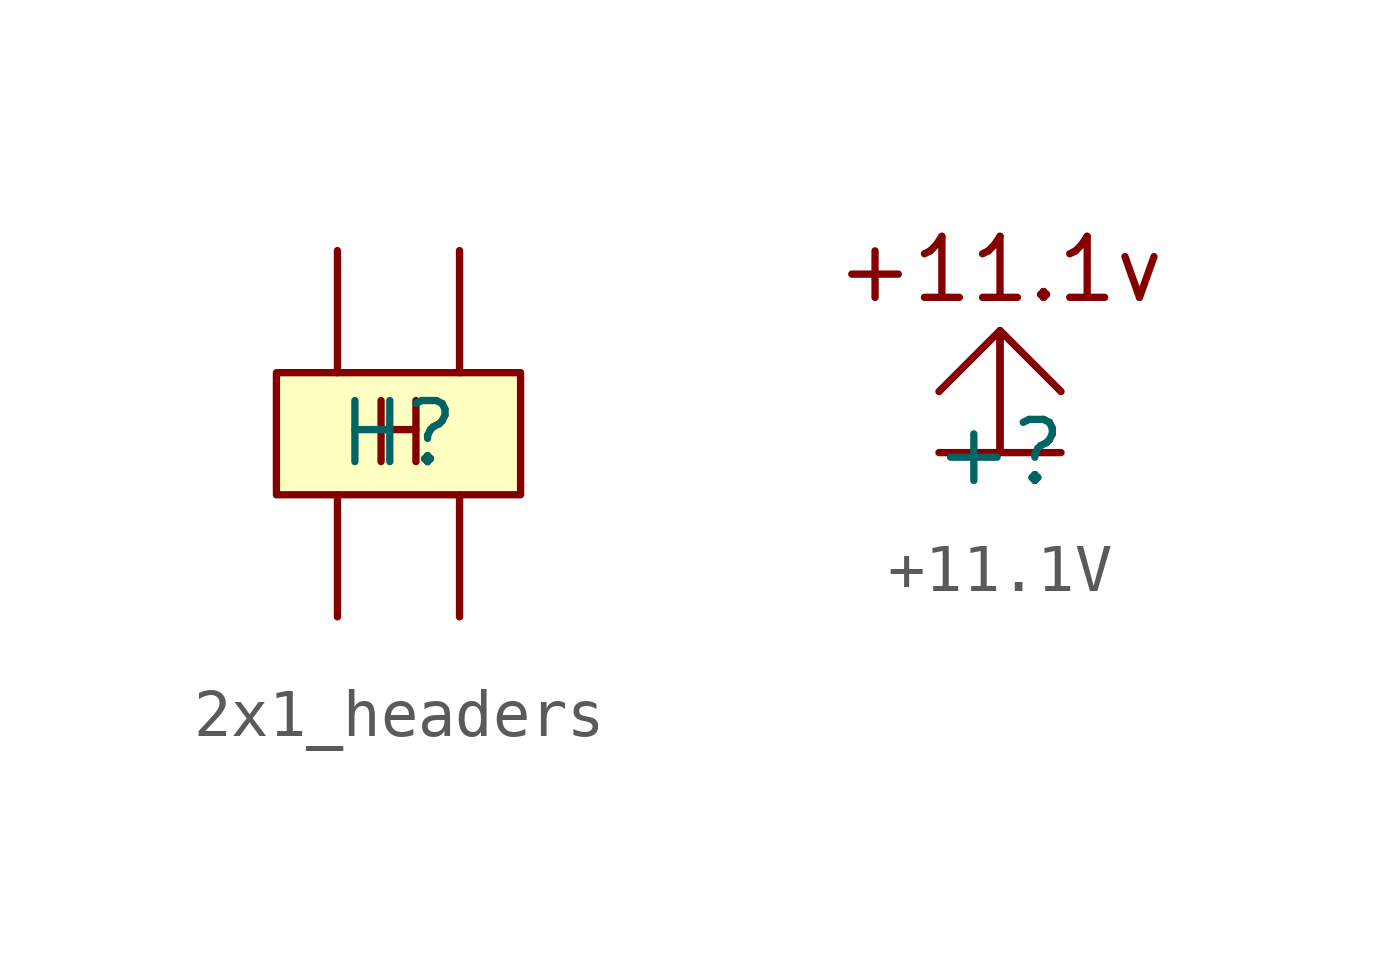
<source format=kicad_sym>
(kicad_symbol_lib
  (version 20220914)
  (generator kicad_symbol_editor)
  (symbol "2x1_headers"
    (property "Reference" "H"
      (at 0 0 0)
      (effects (font (size 1.27 1.27))))
    (property "Value" ""
      (at 0 2.54 0)
      (effects (font (size 1.27 1.27))))
    (symbol "2x1_headers_1_1"
      (rectangle (start -2.54 1.27) (end 2.54 -1.27) (stroke (width 0) (type default)) (fill (type background)))
      (text "H\n" (at 0 0 0) (effects (font (size 1.27 1.27))))
      (pin input line (at -1.27 -3.81 90) (length 2.54) (name "" (effects (font (size 1 1)))) (number "" (effects (font (size 1 1)))))
      (pin output line (at -1.27 3.81 270) (length 2.54) (name "" (effects (font (size 1 1)))) (number "" (effects (font (size 1 1)))))
      (pin input line (at 1.27 -3.81 90) (length 2.54) (name "" (effects (font (size 1 1)))) (number "" (effects (font (size 1 1)))))
      (pin output line (at 1.27 3.81 270) (length 2.54) (name "" (effects (font (size 1 1)))) (number "" (effects (font (size 1 1)))))))
  (symbol "+11.1V"
    (power)
    (property "Reference" "+"
      (at 0 0 0)
      (effects (font (size 1.27 1.27))))
    (property "Value" ""
      (at 0 0 0)
      (effects (font (size 1.27 1.27))))
    (symbol "+11.1V_0_1"
      (polyline (pts (xy -1.27 0) (xy 1.27 0)) (stroke (width 0) (type default)) (fill (type none)))
      (polyline (pts (xy 0 0) (xy 0 2.54) (xy -1.27 1.27) (xy 0 2.54) (xy 1.27 1.27)) (stroke (width 0) (type default)) (fill (type none))))
    (symbol "+11.1V_1_1"
      (text "+11.1v" (at 0 3.81 0) (effects (font (size 1.27 1.27))))
      (pin output line (at 0 0 90) (length 2.54) (name "" (effects (font (size 1.27 1.27)))) (number "" (effects (font (size 1.27 1.27))))))))
</source>
